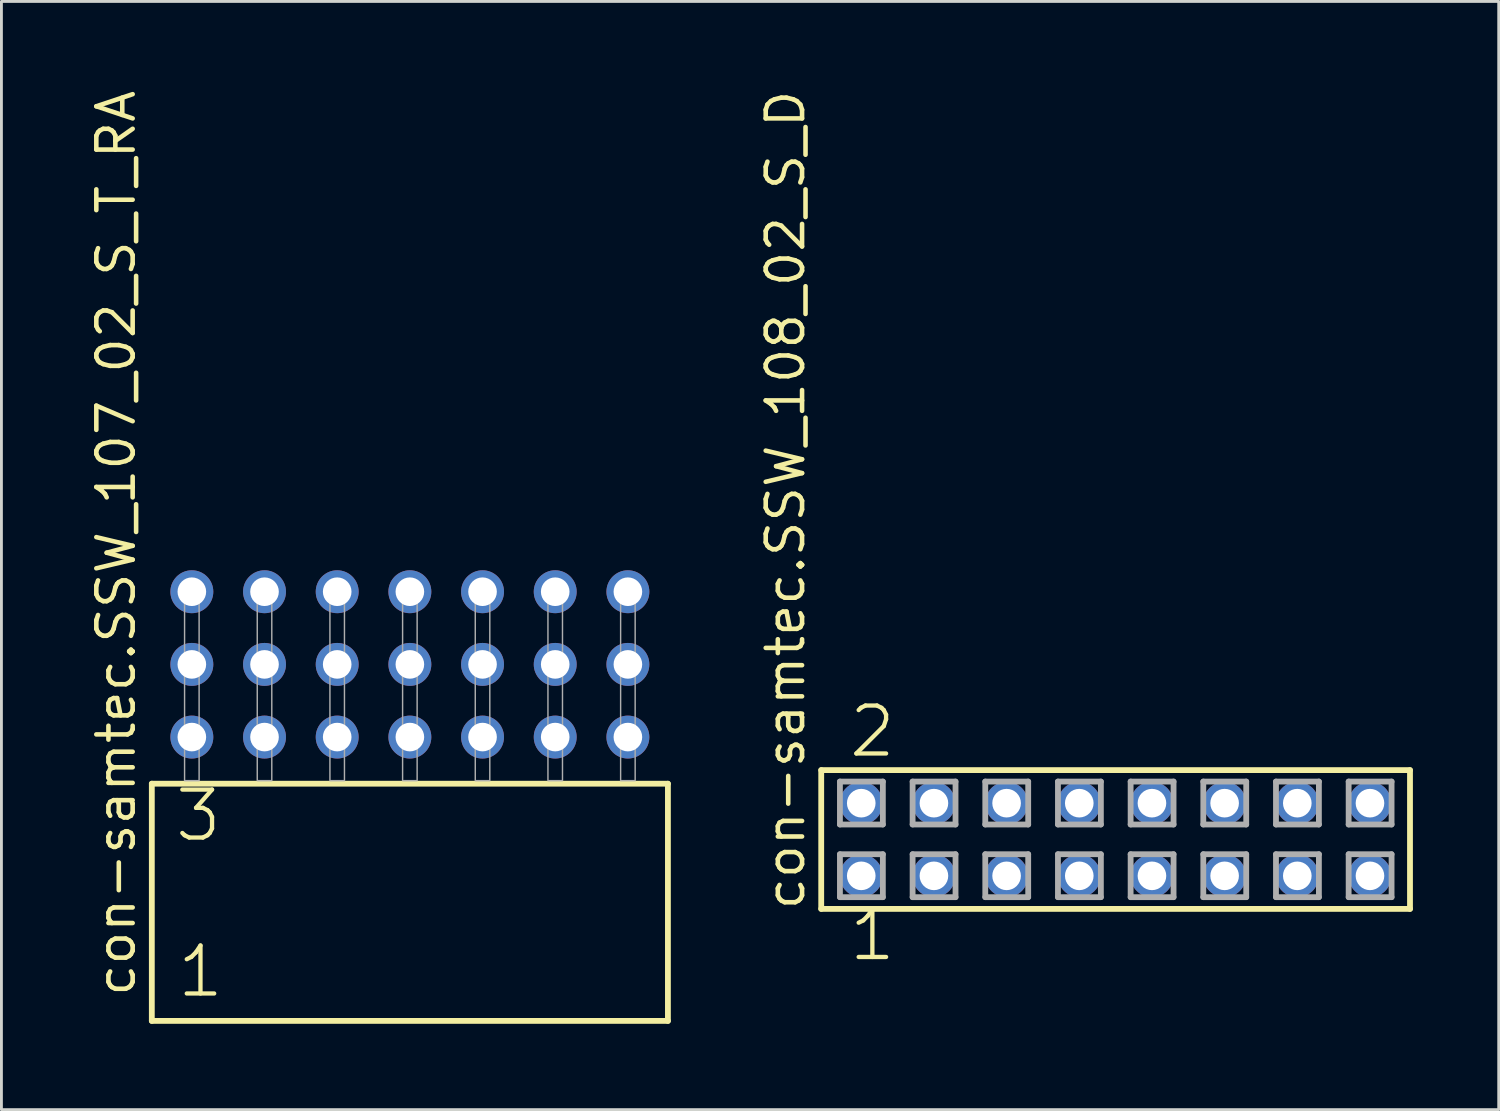
<source format=kicad_pcb>
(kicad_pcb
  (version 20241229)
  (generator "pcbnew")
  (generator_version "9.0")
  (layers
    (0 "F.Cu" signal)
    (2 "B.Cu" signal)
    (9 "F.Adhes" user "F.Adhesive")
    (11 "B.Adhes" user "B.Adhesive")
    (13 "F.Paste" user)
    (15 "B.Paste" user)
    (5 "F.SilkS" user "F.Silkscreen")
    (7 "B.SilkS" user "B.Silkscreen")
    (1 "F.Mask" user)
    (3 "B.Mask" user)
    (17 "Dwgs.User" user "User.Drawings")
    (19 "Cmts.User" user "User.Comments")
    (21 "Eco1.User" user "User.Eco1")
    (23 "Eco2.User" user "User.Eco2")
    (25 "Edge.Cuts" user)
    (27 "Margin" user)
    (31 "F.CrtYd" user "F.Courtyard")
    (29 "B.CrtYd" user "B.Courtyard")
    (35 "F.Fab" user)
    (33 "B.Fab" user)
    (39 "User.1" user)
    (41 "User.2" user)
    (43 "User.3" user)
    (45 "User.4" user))
  (footprint "con-samtec.SSW_108_02_S_D"
    (layer "F.Cu")
    (at 35.941 26.291)
    (property "Reference" "con-samtec.SSW_108_02_S_D" (at -10.795 2.54 90) (layer "F.SilkS") (effects (font (size 1.27 1.27) (thickness 0.16)) (justify left bottom)))
    (attr through_hole)
    (fp_line (start -10.289 -2.425) (end 10.289 -2.425) (stroke (width 0.203) (type default)) (layer "F.SilkS"))
    (fp_line (start -10.289 2.425) (end -10.289 -2.425) (stroke (width 0.203) (type default)) (layer "F.SilkS"))
    (fp_line (start 10.289 -2.425) (end 10.289 2.425) (stroke (width 0.203) (type default)) (layer "F.SilkS"))
    (fp_line (start 10.289 2.425) (end -10.289 2.425) (stroke (width 0.203) (type default)) (layer "F.SilkS"))
    (fp_line (start -9.635 -2.025) (end -8.135 -2.025) (stroke (width 0.203) (type default)) (layer "F.Fab"))
    (fp_line (start -9.635 -0.525) (end -9.635 -2.025) (stroke (width 0.203) (type default)) (layer "F.Fab"))
    (fp_line (start -9.635 0.515) (end -8.135 0.515) (stroke (width 0.203) (type default)) (layer "F.Fab"))
    (fp_line (start -9.635 2.015) (end -9.635 0.515) (stroke (width 0.203) (type default)) (layer "F.Fab"))
    (fp_line (start -8.135 -2.025) (end -8.135 -0.525) (stroke (width 0.203) (type default)) (layer "F.Fab"))
    (fp_line (start -8.135 -0.525) (end -9.635 -0.525) (stroke (width 0.203) (type default)) (layer "F.Fab"))
    (fp_line (start -8.135 0.515) (end -8.135 2.015) (stroke (width 0.203) (type default)) (layer "F.Fab"))
    (fp_line (start -8.135 2.015) (end -9.635 2.015) (stroke (width 0.203) (type default)) (layer "F.Fab"))
    (fp_line (start -7.095 -2.025) (end -5.595 -2.025) (stroke (width 0.203) (type default)) (layer "F.Fab"))
    (fp_line (start -7.095 -0.525) (end -7.095 -2.025) (stroke (width 0.203) (type default)) (layer "F.Fab"))
    (fp_line (start -7.095 0.515) (end -5.595 0.515) (stroke (width 0.203) (type default)) (layer "F.Fab"))
    (fp_line (start -7.095 2.015) (end -7.095 0.515) (stroke (width 0.203) (type default)) (layer "F.Fab"))
    (fp_line (start -5.595 -2.025) (end -5.595 -0.525) (stroke (width 0.203) (type default)) (layer "F.Fab"))
    (fp_line (start -5.595 -0.525) (end -7.095 -0.525) (stroke (width 0.203) (type default)) (layer "F.Fab"))
    (fp_line (start -5.595 0.515) (end -5.595 2.015) (stroke (width 0.203) (type default)) (layer "F.Fab"))
    (fp_line (start -5.595 2.015) (end -7.095 2.015) (stroke (width 0.203) (type default)) (layer "F.Fab"))
    (fp_line (start -4.555 -2.025) (end -3.055 -2.025) (stroke (width 0.203) (type default)) (layer "F.Fab"))
    (fp_line (start -4.555 -0.525) (end -4.555 -2.025) (stroke (width 0.203) (type default)) (layer "F.Fab"))
    (fp_line (start -4.555 0.515) (end -3.055 0.515) (stroke (width 0.203) (type default)) (layer "F.Fab"))
    (fp_line (start -4.555 2.015) (end -4.555 0.515) (stroke (width 0.203) (type default)) (layer "F.Fab"))
    (fp_line (start -3.055 -2.025) (end -3.055 -0.525) (stroke (width 0.203) (type default)) (layer "F.Fab"))
    (fp_line (start -3.055 -0.525) (end -4.555 -0.525) (stroke (width 0.203) (type default)) (layer "F.Fab"))
    (fp_line (start -3.055 0.515) (end -3.055 2.015) (stroke (width 0.203) (type default)) (layer "F.Fab"))
    (fp_line (start -3.055 2.015) (end -4.555 2.015) (stroke (width 0.203) (type default)) (layer "F.Fab"))
    (fp_line (start -2.015 -2.025) (end -0.515 -2.025) (stroke (width 0.203) (type default)) (layer "F.Fab"))
    (fp_line (start -2.015 -0.525) (end -2.015 -2.025) (stroke (width 0.203) (type default)) (layer "F.Fab"))
    (fp_line (start -2.015 0.515) (end -0.515 0.515) (stroke (width 0.203) (type default)) (layer "F.Fab"))
    (fp_line (start -2.015 2.015) (end -2.015 0.515) (stroke (width 0.203) (type default)) (layer "F.Fab"))
    (fp_line (start -0.515 -2.025) (end -0.515 -0.525) (stroke (width 0.203) (type default)) (layer "F.Fab"))
    (fp_line (start -0.515 -0.525) (end -2.015 -0.525) (stroke (width 0.203) (type default)) (layer "F.Fab"))
    (fp_line (start -0.515 0.515) (end -0.515 2.015) (stroke (width 0.203) (type default)) (layer "F.Fab"))
    (fp_line (start -0.515 2.015) (end -2.015 2.015) (stroke (width 0.203) (type default)) (layer "F.Fab"))
    (fp_line (start 0.525 -2.025) (end 2.025 -2.025) (stroke (width 0.203) (type default)) (layer "F.Fab"))
    (fp_line (start 0.525 -0.525) (end 0.525 -2.025) (stroke (width 0.203) (type default)) (layer "F.Fab"))
    (fp_line (start 0.525 0.515) (end 2.025 0.515) (stroke (width 0.203) (type default)) (layer "F.Fab"))
    (fp_line (start 0.525 2.015) (end 0.525 0.515) (stroke (width 0.203) (type default)) (layer "F.Fab"))
    (fp_line (start 2.025 -2.025) (end 2.025 -0.525) (stroke (width 0.203) (type default)) (layer "F.Fab"))
    (fp_line (start 2.025 -0.525) (end 0.525 -0.525) (stroke (width 0.203) (type default)) (layer "F.Fab"))
    (fp_line (start 2.025 0.515) (end 2.025 2.015) (stroke (width 0.203) (type default)) (layer "F.Fab"))
    (fp_line (start 2.025 2.015) (end 0.525 2.015) (stroke (width 0.203) (type default)) (layer "F.Fab"))
    (fp_line (start 3.065 -2.025) (end 4.565 -2.025) (stroke (width 0.203) (type default)) (layer "F.Fab"))
    (fp_line (start 3.065 -0.525) (end 3.065 -2.025) (stroke (width 0.203) (type default)) (layer "F.Fab"))
    (fp_line (start 3.065 0.515) (end 4.565 0.515) (stroke (width 0.203) (type default)) (layer "F.Fab"))
    (fp_line (start 3.065 2.015) (end 3.065 0.515) (stroke (width 0.203) (type default)) (layer "F.Fab"))
    (fp_line (start 4.565 -2.025) (end 4.565 -0.525) (stroke (width 0.203) (type default)) (layer "F.Fab"))
    (fp_line (start 4.565 -0.525) (end 3.065 -0.525) (stroke (width 0.203) (type default)) (layer "F.Fab"))
    (fp_line (start 4.565 0.515) (end 4.565 2.015) (stroke (width 0.203) (type default)) (layer "F.Fab"))
    (fp_line (start 4.565 2.015) (end 3.065 2.015) (stroke (width 0.203) (type default)) (layer "F.Fab"))
    (fp_line (start 5.605 -2.025) (end 7.105 -2.025) (stroke (width 0.203) (type default)) (layer "F.Fab"))
    (fp_line (start 5.605 -0.525) (end 5.605 -2.025) (stroke (width 0.203) (type default)) (layer "F.Fab"))
    (fp_line (start 5.605 0.515) (end 7.105 0.515) (stroke (width 0.203) (type default)) (layer "F.Fab"))
    (fp_line (start 5.605 2.015) (end 5.605 0.515) (stroke (width 0.203) (type default)) (layer "F.Fab"))
    (fp_line (start 7.105 -2.025) (end 7.105 -0.525) (stroke (width 0.203) (type default)) (layer "F.Fab"))
    (fp_line (start 7.105 -0.525) (end 5.605 -0.525) (stroke (width 0.203) (type default)) (layer "F.Fab"))
    (fp_line (start 7.105 0.515) (end 7.105 2.015) (stroke (width 0.203) (type default)) (layer "F.Fab"))
    (fp_line (start 7.105 2.015) (end 5.605 2.015) (stroke (width 0.203) (type default)) (layer "F.Fab"))
    (fp_line (start 8.145 -2.025) (end 9.645 -2.025) (stroke (width 0.203) (type default)) (layer "F.Fab"))
    (fp_line (start 8.145 -0.525) (end 8.145 -2.025) (stroke (width 0.203) (type default)) (layer "F.Fab"))
    (fp_line (start 8.145 0.515) (end 9.645 0.515) (stroke (width 0.203) (type default)) (layer "F.Fab"))
    (fp_line (start 8.145 2.015) (end 8.145 0.515) (stroke (width 0.203) (type default)) (layer "F.Fab"))
    (fp_line (start 9.645 -2.025) (end 9.645 -0.525) (stroke (width 0.203) (type default)) (layer "F.Fab"))
    (fp_line (start 9.645 -0.525) (end 8.145 -0.525) (stroke (width 0.203) (type default)) (layer "F.Fab"))
    (fp_line (start 9.645 0.515) (end 9.645 2.015) (stroke (width 0.203) (type default)) (layer "F.Fab"))
    (fp_line (start 9.645 2.015) (end 8.145 2.015) (stroke (width 0.203) (type default)) (layer "F.Fab"))
    (fp_text user "2" (at -9.398 -2.794 0) (layer "F.SilkS") (effects (font (size 1.676 1.676) (thickness 0.15)) (justify left bottom)))
    (fp_text user "1" (at -9.398 4.318 0) (layer "F.SilkS") (effects (font (size 1.676 1.676) (thickness 0.15)) (justify left bottom)))
    (pad "1" thru_hole circle (at -8.89 1.27) (size 1.5 1.5) (drill 1) (layers "*.Cu" "*.Mask"))
    (pad "2" thru_hole circle (at -8.89 -1.27) (size 1.5 1.5) (drill 1) (layers "*.Cu" "*.Mask"))
    (pad "3" thru_hole circle (at -6.35 1.27) (size 1.5 1.5) (drill 1) (layers "*.Cu" "*.Mask"))
    (pad "4" thru_hole circle (at -6.35 -1.27) (size 1.5 1.5) (drill 1) (layers "*.Cu" "*.Mask"))
    (pad "5" thru_hole circle (at -3.81 1.27) (size 1.5 1.5) (drill 1) (layers "*.Cu" "*.Mask"))
    (pad "6" thru_hole circle (at -3.81 -1.27) (size 1.5 1.5) (drill 1) (layers "*.Cu" "*.Mask"))
    (pad "7" thru_hole circle (at -1.27 1.27) (size 1.5 1.5) (drill 1) (layers "*.Cu" "*.Mask"))
    (pad "8" thru_hole circle (at -1.27 -1.27) (size 1.5 1.5) (drill 1) (layers "*.Cu" "*.Mask"))
    (pad "9" thru_hole circle (at 1.27 1.27) (size 1.5 1.5) (drill 1) (layers "*.Cu" "*.Mask"))
    (pad "10" thru_hole circle (at 1.27 -1.27) (size 1.5 1.5) (drill 1) (layers "*.Cu" "*.Mask"))
    (pad "11" thru_hole circle (at 3.81 1.27) (size 1.5 1.5) (drill 1) (layers "*.Cu" "*.Mask"))
    (pad "12" thru_hole circle (at 3.81 -1.27) (size 1.5 1.5) (drill 1) (layers "*.Cu" "*.Mask"))
    (pad "13" thru_hole circle (at 6.35 1.27) (size 1.5 1.5) (drill 1) (layers "*.Cu" "*.Mask"))
    (pad "14" thru_hole circle (at 6.35 -1.27) (size 1.5 1.5) (drill 1) (layers "*.Cu" "*.Mask"))
    (pad "15" thru_hole circle (at 8.89 1.27) (size 1.5 1.5) (drill 1) (layers "*.Cu" "*.Mask"))
    (pad "16" thru_hole circle (at 8.89 -1.27) (size 1.5 1.5) (drill 1) (layers "*.Cu" "*.Mask")))
  (footprint "con-samtec.SSW_107_02_S_T_RA"
    (layer "F.Cu")
    (at 11.275 24.235)
    (property "Reference" "con-samtec.SSW_107_02_S_T_RA" (at -9.525 7.62 90) (layer "F.SilkS") (effects (font (size 1.27 1.27) (thickness 0.16)) (justify left bottom)))
    (attr through_hole)
    (fp_line (start -9.019 0.106) (end -9.019 8.396) (stroke (width 0.203) (type default)) (layer "F.SilkS"))
    (fp_line (start -9.019 8.396) (end 9.019 8.396) (stroke (width 0.203) (type default)) (layer "F.SilkS"))
    (fp_line (start 9.019 0.106) (end -9.019 0.106) (stroke (width 0.203) (type default)) (layer "F.SilkS"))
    (fp_line (start 9.019 8.396) (end 9.019 0.106) (stroke (width 0.203) (type default)) (layer "F.SilkS"))
    (fp_rect (start -7.874 0) (end -7.366 -6.858) (stroke (width 0.05) (type default)) (fill no) (layer "F.Fab"))
    (fp_rect (start -5.334 0) (end -4.826 -6.858) (stroke (width 0.05) (type default)) (fill no) (layer "F.Fab"))
    (fp_rect (start -2.794 0) (end -2.286 -6.858) (stroke (width 0.05) (type default)) (fill no) (layer "F.Fab"))
    (fp_rect (start -0.254 0) (end 0.254 -6.858) (stroke (width 0.05) (type default)) (fill no) (layer "F.Fab"))
    (fp_rect (start 2.286 0) (end 2.794 -6.858) (stroke (width 0.05) (type default)) (fill no) (layer "F.Fab"))
    (fp_rect (start 4.826 0) (end 5.334 -6.858) (stroke (width 0.05) (type default)) (fill no) (layer "F.Fab"))
    (fp_rect (start 7.366 0) (end 7.874 -6.858) (stroke (width 0.05) (type default)) (fill no) (layer "F.Fab"))
    (fp_text user "3" (at -8.29 2.2 0) (layer "F.SilkS") (effects (font (size 1.676 1.676) (thickness 0.15)) (justify left bottom)))
    (fp_text user "1" (at -8.215 7.65 0) (layer "F.SilkS") (effects (font (size 1.676 1.676) (thickness 0.15)) (justify left bottom)))
    (pad "1" thru_hole circle (at -7.62 -1.524) (size 1.5 1.5) (drill 1) (layers "*.Cu" "*.Mask"))
    (pad "2" thru_hole circle (at -7.62 -4.064) (size 1.5 1.5) (drill 1) (layers "*.Cu" "*.Mask"))
    (pad "3" thru_hole circle (at -7.62 -6.604) (size 1.5 1.5) (drill 1) (layers "*.Cu" "*.Mask"))
    (pad "4" thru_hole circle (at -5.08 -1.524) (size 1.5 1.5) (drill 1) (layers "*.Cu" "*.Mask"))
    (pad "5" thru_hole circle (at -5.08 -4.064) (size 1.5 1.5) (drill 1) (layers "*.Cu" "*.Mask"))
    (pad "6" thru_hole circle (at -5.08 -6.604) (size 1.5 1.5) (drill 1) (layers "*.Cu" "*.Mask"))
    (pad "7" thru_hole circle (at -2.54 -1.524) (size 1.5 1.5) (drill 1) (layers "*.Cu" "*.Mask"))
    (pad "8" thru_hole circle (at -2.54 -4.064) (size 1.5 1.5) (drill 1) (layers "*.Cu" "*.Mask"))
    (pad "9" thru_hole circle (at -2.54 -6.604) (size 1.5 1.5) (drill 1) (layers "*.Cu" "*.Mask"))
    (pad "10" thru_hole circle (at 0 -1.524) (size 1.5 1.5) (drill 1) (layers "*.Cu" "*.Mask"))
    (pad "11" thru_hole circle (at 0 -4.064) (size 1.5 1.5) (drill 1) (layers "*.Cu" "*.Mask"))
    (pad "12" thru_hole circle (at 0 -6.604) (size 1.5 1.5) (drill 1) (layers "*.Cu" "*.Mask"))
    (pad "13" thru_hole circle (at 2.54 -1.524) (size 1.5 1.5) (drill 1) (layers "*.Cu" "*.Mask"))
    (pad "14" thru_hole circle (at 2.54 -4.064) (size 1.5 1.5) (drill 1) (layers "*.Cu" "*.Mask"))
    (pad "15" thru_hole circle (at 2.54 -6.604) (size 1.5 1.5) (drill 1) (layers "*.Cu" "*.Mask"))
    (pad "16" thru_hole circle (at 5.08 -1.524) (size 1.5 1.5) (drill 1) (layers "*.Cu" "*.Mask"))
    (pad "17" thru_hole circle (at 5.08 -4.064) (size 1.5 1.5) (drill 1) (layers "*.Cu" "*.Mask"))
    (pad "18" thru_hole circle (at 5.08 -6.604) (size 1.5 1.5) (drill 1) (layers "*.Cu" "*.Mask"))
    (pad "19" thru_hole circle (at 7.62 -1.524) (size 1.5 1.5) (drill 1) (layers "*.Cu" "*.Mask"))
    (pad "20" thru_hole circle (at 7.62 -4.064) (size 1.5 1.5) (drill 1) (layers "*.Cu" "*.Mask"))
    (pad "21" thru_hole circle (at 7.62 -6.604) (size 1.5 1.5) (drill 1) (layers "*.Cu" "*.Mask")))
  (gr_rect
    (start -3 -3)
    (end 49.331 35.733)
    (stroke (width 0.1) (type default))
    (fill no)
    (layer "Edge.Cuts")))
</source>
